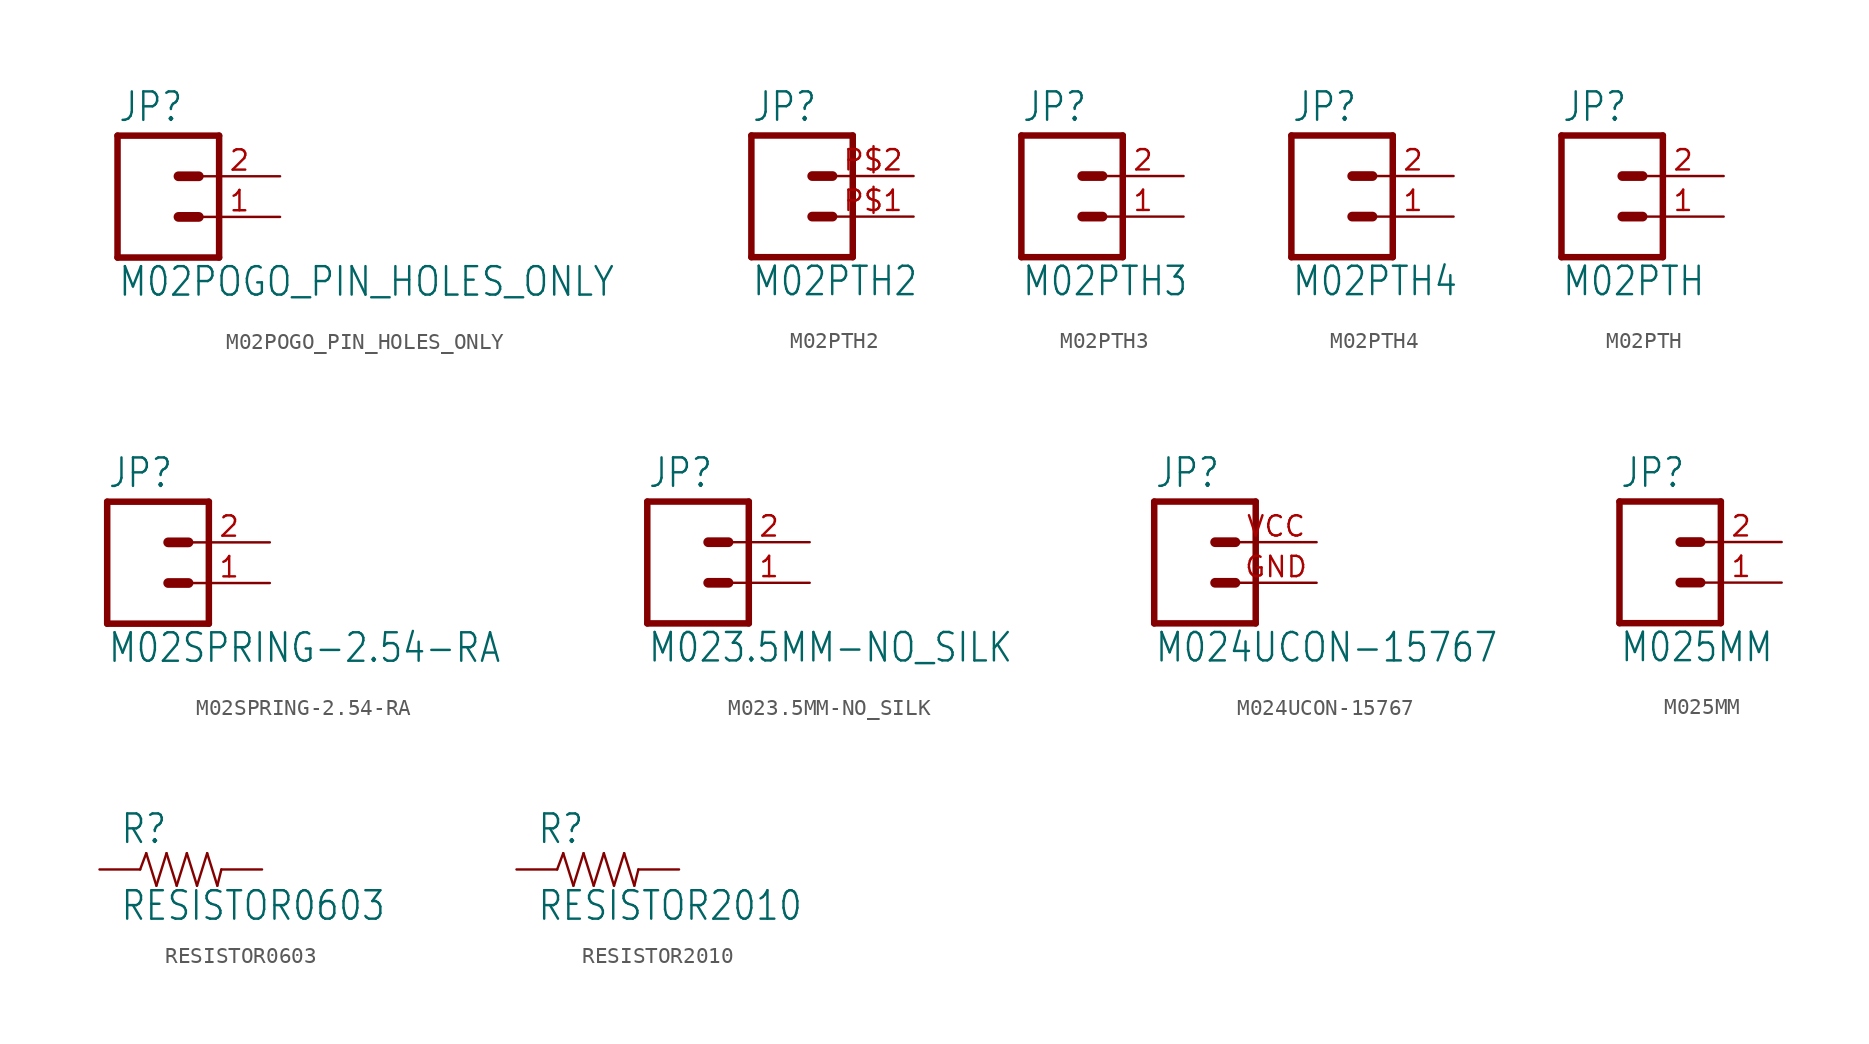
<source format=kicad_sym>
(kicad_symbol_lib
  (version 20211014)
  (generator kicad_symbol_editor)
  (symbol "M02POGO_PIN_HOLES_ONLY"
    (property "Reference" "JP"
      (at -2.54 5.842 0)
      (effects (font (size 1.778 1.511)) (justify left bottom)))
    (property "Value" "M02POGO_PIN_HOLES_ONLY"
      (at -2.54 -5.08 0)
      (effects (font (size 1.778 1.511)) (justify left bottom)))
    (property "ki_locked" ""
      (at 0 0 0)
      (effects (font (size 1.27 1.27))))
    (symbol "M02POGO_PIN_HOLES_ONLY_1_0"
      (polyline (pts (xy -2.54 5.08) (xy -2.54 -2.54)) (stroke (width 0.406) (type default) (color 0 0 0 0)) (fill (type none)))
      (polyline (pts (xy -2.54 5.08) (xy 3.81 5.08)) (stroke (width 0.406) (type default) (color 0 0 0 0)) (fill (type none)))
      (polyline (pts (xy 1.27 0) (xy 2.54 0)) (stroke (width 0.61) (type default) (color 0 0 0 0)) (fill (type none)))
      (polyline (pts (xy 1.27 2.54) (xy 2.54 2.54)) (stroke (width 0.61) (type default) (color 0 0 0 0)) (fill (type none)))
      (polyline (pts (xy 3.81 -2.54) (xy -2.54 -2.54)) (stroke (width 0.406) (type default) (color 0 0 0 0)) (fill (type none)))
      (polyline (pts (xy 3.81 -2.54) (xy 3.81 5.08)) (stroke (width 0.406) (type default) (color 0 0 0 0)) (fill (type none)))
      (pin passive line (at 7.62 0 180) (length 5.08) (name "1" (effects (font (size 0 0)))) (number "1" (effects (font (size 1.27 1.27)))))
      (pin passive line (at 7.62 2.54 180) (length 5.08) (name "2" (effects (font (size 0 0)))) (number "2" (effects (font (size 1.27 1.27)))))))
  (symbol "M02PTH2"
    (property "Reference" "JP"
      (at -2.54 5.842 0)
      (effects (font (size 1.778 1.511)) (justify left bottom)))
    (property "Value" "M02PTH2"
      (at -2.54 -5.08 0)
      (effects (font (size 1.778 1.511)) (justify left bottom)))
    (property "ki_locked" ""
      (at 0 0 0)
      (effects (font (size 1.27 1.27))))
    (symbol "M02PTH2_1_0"
      (polyline (pts (xy -2.54 5.08) (xy -2.54 -2.54)) (stroke (width 0.406) (type default) (color 0 0 0 0)) (fill (type none)))
      (polyline (pts (xy -2.54 5.08) (xy 3.81 5.08)) (stroke (width 0.406) (type default) (color 0 0 0 0)) (fill (type none)))
      (polyline (pts (xy 1.27 0) (xy 2.54 0)) (stroke (width 0.61) (type default) (color 0 0 0 0)) (fill (type none)))
      (polyline (pts (xy 1.27 2.54) (xy 2.54 2.54)) (stroke (width 0.61) (type default) (color 0 0 0 0)) (fill (type none)))
      (polyline (pts (xy 3.81 -2.54) (xy -2.54 -2.54)) (stroke (width 0.406) (type default) (color 0 0 0 0)) (fill (type none)))
      (polyline (pts (xy 3.81 -2.54) (xy 3.81 5.08)) (stroke (width 0.406) (type default) (color 0 0 0 0)) (fill (type none)))
      (pin passive line (at 7.62 0 180) (length 5.08) (name "1" (effects (font (size 0 0)))) (number "P$1" (effects (font (size 1.27 1.27)))))
      (pin passive line (at 7.62 2.54 180) (length 5.08) (name "2" (effects (font (size 0 0)))) (number "P$2" (effects (font (size 1.27 1.27)))))))
  (symbol "M02PTH3"
    (property "Reference" "JP"
      (at -2.54 5.842 0)
      (effects (font (size 1.778 1.511)) (justify left bottom)))
    (property "Value" "M02PTH3"
      (at -2.54 -5.08 0)
      (effects (font (size 1.778 1.511)) (justify left bottom)))
    (property "ki_locked" ""
      (at 0 0 0)
      (effects (font (size 1.27 1.27))))
    (symbol "M02PTH3_1_0"
      (polyline (pts (xy -2.54 5.08) (xy -2.54 -2.54)) (stroke (width 0.406) (type default) (color 0 0 0 0)) (fill (type none)))
      (polyline (pts (xy -2.54 5.08) (xy 3.81 5.08)) (stroke (width 0.406) (type default) (color 0 0 0 0)) (fill (type none)))
      (polyline (pts (xy 1.27 0) (xy 2.54 0)) (stroke (width 0.61) (type default) (color 0 0 0 0)) (fill (type none)))
      (polyline (pts (xy 1.27 2.54) (xy 2.54 2.54)) (stroke (width 0.61) (type default) (color 0 0 0 0)) (fill (type none)))
      (polyline (pts (xy 3.81 -2.54) (xy -2.54 -2.54)) (stroke (width 0.406) (type default) (color 0 0 0 0)) (fill (type none)))
      (polyline (pts (xy 3.81 -2.54) (xy 3.81 5.08)) (stroke (width 0.406) (type default) (color 0 0 0 0)) (fill (type none)))
      (pin passive line (at 7.62 0 180) (length 5.08) (name "1" (effects (font (size 0 0)))) (number "1" (effects (font (size 1.27 1.27)))))
      (pin passive line (at 7.62 2.54 180) (length 5.08) (name "2" (effects (font (size 0 0)))) (number "2" (effects (font (size 1.27 1.27)))))))
  (symbol "M02PTH4"
    (property "Reference" "JP"
      (at -2.54 5.842 0)
      (effects (font (size 1.778 1.511)) (justify left bottom)))
    (property "Value" "M02PTH4"
      (at -2.54 -5.08 0)
      (effects (font (size 1.778 1.511)) (justify left bottom)))
    (property "ki_locked" ""
      (at 0 0 0)
      (effects (font (size 1.27 1.27))))
    (symbol "M02PTH4_1_0"
      (polyline (pts (xy -2.54 5.08) (xy -2.54 -2.54)) (stroke (width 0.406) (type default) (color 0 0 0 0)) (fill (type none)))
      (polyline (pts (xy -2.54 5.08) (xy 3.81 5.08)) (stroke (width 0.406) (type default) (color 0 0 0 0)) (fill (type none)))
      (polyline (pts (xy 1.27 0) (xy 2.54 0)) (stroke (width 0.61) (type default) (color 0 0 0 0)) (fill (type none)))
      (polyline (pts (xy 1.27 2.54) (xy 2.54 2.54)) (stroke (width 0.61) (type default) (color 0 0 0 0)) (fill (type none)))
      (polyline (pts (xy 3.81 -2.54) (xy -2.54 -2.54)) (stroke (width 0.406) (type default) (color 0 0 0 0)) (fill (type none)))
      (polyline (pts (xy 3.81 -2.54) (xy 3.81 5.08)) (stroke (width 0.406) (type default) (color 0 0 0 0)) (fill (type none)))
      (pin passive line (at 7.62 0 180) (length 5.08) (name "1" (effects (font (size 0 0)))) (number "1" (effects (font (size 1.27 1.27)))))
      (pin passive line (at 7.62 2.54 180) (length 5.08) (name "2" (effects (font (size 0 0)))) (number "2" (effects (font (size 1.27 1.27)))))))
  (symbol "M02PTH"
    (property "Reference" "JP"
      (at -2.54 5.842 0)
      (effects (font (size 1.778 1.511)) (justify left bottom)))
    (property "Value" "M02PTH"
      (at -2.54 -5.08 0)
      (effects (font (size 1.778 1.511)) (justify left bottom)))
    (property "ki_locked" ""
      (at 0 0 0)
      (effects (font (size 1.27 1.27))))
    (symbol "M02PTH_1_0"
      (polyline (pts (xy -2.54 5.08) (xy -2.54 -2.54)) (stroke (width 0.406) (type default) (color 0 0 0 0)) (fill (type none)))
      (polyline (pts (xy -2.54 5.08) (xy 3.81 5.08)) (stroke (width 0.406) (type default) (color 0 0 0 0)) (fill (type none)))
      (polyline (pts (xy 1.27 0) (xy 2.54 0)) (stroke (width 0.61) (type default) (color 0 0 0 0)) (fill (type none)))
      (polyline (pts (xy 1.27 2.54) (xy 2.54 2.54)) (stroke (width 0.61) (type default) (color 0 0 0 0)) (fill (type none)))
      (polyline (pts (xy 3.81 -2.54) (xy -2.54 -2.54)) (stroke (width 0.406) (type default) (color 0 0 0 0)) (fill (type none)))
      (polyline (pts (xy 3.81 -2.54) (xy 3.81 5.08)) (stroke (width 0.406) (type default) (color 0 0 0 0)) (fill (type none)))
      (pin passive line (at 7.62 0 180) (length 5.08) (name "1" (effects (font (size 0 0)))) (number "1" (effects (font (size 1.27 1.27)))))
      (pin passive line (at 7.62 2.54 180) (length 5.08) (name "2" (effects (font (size 0 0)))) (number "2" (effects (font (size 1.27 1.27)))))))
  (symbol "M02SPRING-2.54-RA"
    (property "Reference" "JP"
      (at -2.54 5.842 0)
      (effects (font (size 1.778 1.511)) (justify left bottom)))
    (property "Value" "M02SPRING-2.54-RA"
      (at -2.54 -5.08 0)
      (effects (font (size 1.778 1.511)) (justify left bottom)))
    (property "ki_locked" ""
      (at 0 0 0)
      (effects (font (size 1.27 1.27))))
    (symbol "M02SPRING-2.54-RA_1_0"
      (polyline (pts (xy -2.54 5.08) (xy -2.54 -2.54)) (stroke (width 0.406) (type default) (color 0 0 0 0)) (fill (type none)))
      (polyline (pts (xy -2.54 5.08) (xy 3.81 5.08)) (stroke (width 0.406) (type default) (color 0 0 0 0)) (fill (type none)))
      (polyline (pts (xy 1.27 0) (xy 2.54 0)) (stroke (width 0.61) (type default) (color 0 0 0 0)) (fill (type none)))
      (polyline (pts (xy 1.27 2.54) (xy 2.54 2.54)) (stroke (width 0.61) (type default) (color 0 0 0 0)) (fill (type none)))
      (polyline (pts (xy 3.81 -2.54) (xy -2.54 -2.54)) (stroke (width 0.406) (type default) (color 0 0 0 0)) (fill (type none)))
      (polyline (pts (xy 3.81 -2.54) (xy 3.81 5.08)) (stroke (width 0.406) (type default) (color 0 0 0 0)) (fill (type none)))
      (pin passive line (at 7.62 0 180) (length 5.08) (name "1" (effects (font (size 0 0)))) (number "1" (effects (font (size 1.27 1.27)))))
      (pin passive line (at 7.62 2.54 180) (length 5.08) (name "2" (effects (font (size 0 0)))) (number "2" (effects (font (size 1.27 1.27)))))))
  (symbol "M023.5MM-NO_SILK"
    (property "Reference" "JP"
      (at -2.54 5.842 0)
      (effects (font (size 1.778 1.511)) (justify left bottom)))
    (property "Value" "M023.5MM-NO_SILK"
      (at -2.54 -5.08 0)
      (effects (font (size 1.778 1.511)) (justify left bottom)))
    (property "ki_locked" ""
      (at 0 0 0)
      (effects (font (size 1.27 1.27))))
    (symbol "M023.5MM-NO_SILK_1_0"
      (polyline (pts (xy -2.54 5.08) (xy -2.54 -2.54)) (stroke (width 0.406) (type default) (color 0 0 0 0)) (fill (type none)))
      (polyline (pts (xy -2.54 5.08) (xy 3.81 5.08)) (stroke (width 0.406) (type default) (color 0 0 0 0)) (fill (type none)))
      (polyline (pts (xy 1.27 0) (xy 2.54 0)) (stroke (width 0.61) (type default) (color 0 0 0 0)) (fill (type none)))
      (polyline (pts (xy 1.27 2.54) (xy 2.54 2.54)) (stroke (width 0.61) (type default) (color 0 0 0 0)) (fill (type none)))
      (polyline (pts (xy 3.81 -2.54) (xy -2.54 -2.54)) (stroke (width 0.406) (type default) (color 0 0 0 0)) (fill (type none)))
      (polyline (pts (xy 3.81 -2.54) (xy 3.81 5.08)) (stroke (width 0.406) (type default) (color 0 0 0 0)) (fill (type none)))
      (pin passive line (at 7.62 0 180) (length 5.08) (name "1" (effects (font (size 0 0)))) (number "1" (effects (font (size 1.27 1.27)))))
      (pin passive line (at 7.62 2.54 180) (length 5.08) (name "2" (effects (font (size 0 0)))) (number "2" (effects (font (size 1.27 1.27)))))))
  (symbol "M024UCON-15767"
    (property "Reference" "JP"
      (at -2.54 5.842 0)
      (effects (font (size 1.778 1.511)) (justify left bottom)))
    (property "Value" "M024UCON-15767"
      (at -2.54 -5.08 0)
      (effects (font (size 1.778 1.511)) (justify left bottom)))
    (property "ki_locked" ""
      (at 0 0 0)
      (effects (font (size 1.27 1.27))))
    (symbol "M024UCON-15767_1_0"
      (polyline (pts (xy -2.54 5.08) (xy -2.54 -2.54)) (stroke (width 0.406) (type default) (color 0 0 0 0)) (fill (type none)))
      (polyline (pts (xy -2.54 5.08) (xy 3.81 5.08)) (stroke (width 0.406) (type default) (color 0 0 0 0)) (fill (type none)))
      (polyline (pts (xy 1.27 0) (xy 2.54 0)) (stroke (width 0.61) (type default) (color 0 0 0 0)) (fill (type none)))
      (polyline (pts (xy 1.27 2.54) (xy 2.54 2.54)) (stroke (width 0.61) (type default) (color 0 0 0 0)) (fill (type none)))
      (polyline (pts (xy 3.81 -2.54) (xy -2.54 -2.54)) (stroke (width 0.406) (type default) (color 0 0 0 0)) (fill (type none)))
      (polyline (pts (xy 3.81 -2.54) (xy 3.81 5.08)) (stroke (width 0.406) (type default) (color 0 0 0 0)) (fill (type none)))
      (pin passive line (at 7.62 0 180) (length 5.08) (name "1" (effects (font (size 0 0)))) (number "GND" (effects (font (size 1.27 1.27)))))
      (pin passive line (at 7.62 2.54 180) (length 5.08) (name "2" (effects (font (size 0 0)))) (number "VCC" (effects (font (size 1.27 1.27)))))))
  (symbol "M025MM"
    (property "Reference" "JP"
      (at -2.54 5.842 0)
      (effects (font (size 1.778 1.511)) (justify left bottom)))
    (property "Value" "M025MM"
      (at -2.54 -5.08 0)
      (effects (font (size 1.778 1.511)) (justify left bottom)))
    (property "ki_locked" ""
      (at 0 0 0)
      (effects (font (size 1.27 1.27))))
    (symbol "M025MM_1_0"
      (polyline (pts (xy -2.54 5.08) (xy -2.54 -2.54)) (stroke (width 0.406) (type default) (color 0 0 0 0)) (fill (type none)))
      (polyline (pts (xy -2.54 5.08) (xy 3.81 5.08)) (stroke (width 0.406) (type default) (color 0 0 0 0)) (fill (type none)))
      (polyline (pts (xy 1.27 0) (xy 2.54 0)) (stroke (width 0.61) (type default) (color 0 0 0 0)) (fill (type none)))
      (polyline (pts (xy 1.27 2.54) (xy 2.54 2.54)) (stroke (width 0.61) (type default) (color 0 0 0 0)) (fill (type none)))
      (polyline (pts (xy 3.81 -2.54) (xy -2.54 -2.54)) (stroke (width 0.406) (type default) (color 0 0 0 0)) (fill (type none)))
      (polyline (pts (xy 3.81 -2.54) (xy 3.81 5.08)) (stroke (width 0.406) (type default) (color 0 0 0 0)) (fill (type none)))
      (pin passive line (at 7.62 0 180) (length 5.08) (name "1" (effects (font (size 0 0)))) (number "1" (effects (font (size 1.27 1.27)))))
      (pin passive line (at 7.62 2.54 180) (length 5.08) (name "2" (effects (font (size 0 0)))) (number "2" (effects (font (size 1.27 1.27)))))))
  (symbol "RESISTOR0603"
    (property "Reference" "R"
      (at -3.81 1.499 0)
      (effects (font (size 1.778 1.511)) (justify left bottom)))
    (property "Value" "RESISTOR0603"
      (at -3.81 -3.302 0)
      (effects (font (size 1.778 1.511)) (justify left bottom)))
    (property "ki_locked" ""
      (at 0 0 0)
      (effects (font (size 1.27 1.27))))
    (symbol "RESISTOR0603_1_0"
      (polyline (pts (xy -2.54 0) (xy -2.159 1.016)) (stroke (width 0.152) (type default) (color 0 0 0 0)) (fill (type none)))
      (polyline (pts (xy -2.159 1.016) (xy -1.524 -1.016)) (stroke (width 0.152) (type default) (color 0 0 0 0)) (fill (type none)))
      (polyline (pts (xy -1.524 -1.016) (xy -0.889 1.016)) (stroke (width 0.152) (type default) (color 0 0 0 0)) (fill (type none)))
      (polyline (pts (xy -0.889 1.016) (xy -0.254 -1.016)) (stroke (width 0.152) (type default) (color 0 0 0 0)) (fill (type none)))
      (polyline (pts (xy -0.254 -1.016) (xy 0.381 1.016)) (stroke (width 0.152) (type default) (color 0 0 0 0)) (fill (type none)))
      (polyline (pts (xy 0.381 1.016) (xy 1.016 -1.016)) (stroke (width 0.152) (type default) (color 0 0 0 0)) (fill (type none)))
      (polyline (pts (xy 1.016 -1.016) (xy 1.651 1.016)) (stroke (width 0.152) (type default) (color 0 0 0 0)) (fill (type none)))
      (polyline (pts (xy 1.651 1.016) (xy 2.286 -1.016)) (stroke (width 0.152) (type default) (color 0 0 0 0)) (fill (type none)))
      (polyline (pts (xy 2.286 -1.016) (xy 2.54 0)) (stroke (width 0.152) (type default) (color 0 0 0 0)) (fill (type none)))
      (pin passive line (at -5.08 0 0) (length 2.54) (name "1" (effects (font (size 0 0)))) (number "1" (effects (font (size 0 0)))))
      (pin passive line (at 5.08 0 180) (length 2.54) (name "2" (effects (font (size 0 0)))) (number "2" (effects (font (size 0 0)))))))
  (symbol "RESISTOR2010"
    (property "Reference" "R"
      (at -3.81 1.499 0)
      (effects (font (size 1.778 1.511)) (justify left bottom)))
    (property "Value" "RESISTOR2010"
      (at -3.81 -3.302 0)
      (effects (font (size 1.778 1.511)) (justify left bottom)))
    (property "ki_locked" ""
      (at 0 0 0)
      (effects (font (size 1.27 1.27))))
    (symbol "RESISTOR2010_1_0"
      (polyline (pts (xy -2.54 0) (xy -2.159 1.016)) (stroke (width 0.152) (type default) (color 0 0 0 0)) (fill (type none)))
      (polyline (pts (xy -2.159 1.016) (xy -1.524 -1.016)) (stroke (width 0.152) (type default) (color 0 0 0 0)) (fill (type none)))
      (polyline (pts (xy -1.524 -1.016) (xy -0.889 1.016)) (stroke (width 0.152) (type default) (color 0 0 0 0)) (fill (type none)))
      (polyline (pts (xy -0.889 1.016) (xy -0.254 -1.016)) (stroke (width 0.152) (type default) (color 0 0 0 0)) (fill (type none)))
      (polyline (pts (xy -0.254 -1.016) (xy 0.381 1.016)) (stroke (width 0.152) (type default) (color 0 0 0 0)) (fill (type none)))
      (polyline (pts (xy 0.381 1.016) (xy 1.016 -1.016)) (stroke (width 0.152) (type default) (color 0 0 0 0)) (fill (type none)))
      (polyline (pts (xy 1.016 -1.016) (xy 1.651 1.016)) (stroke (width 0.152) (type default) (color 0 0 0 0)) (fill (type none)))
      (polyline (pts (xy 1.651 1.016) (xy 2.286 -1.016)) (stroke (width 0.152) (type default) (color 0 0 0 0)) (fill (type none)))
      (polyline (pts (xy 2.286 -1.016) (xy 2.54 0)) (stroke (width 0.152) (type default) (color 0 0 0 0)) (fill (type none)))
      (pin passive line (at -5.08 0 0) (length 2.54) (name "1" (effects (font (size 0 0)))) (number "1" (effects (font (size 0 0)))))
      (pin passive line (at 5.08 0 180) (length 2.54) (name "2" (effects (font (size 0 0)))) (number "2" (effects (font (size 0 0))))))))
</source>
